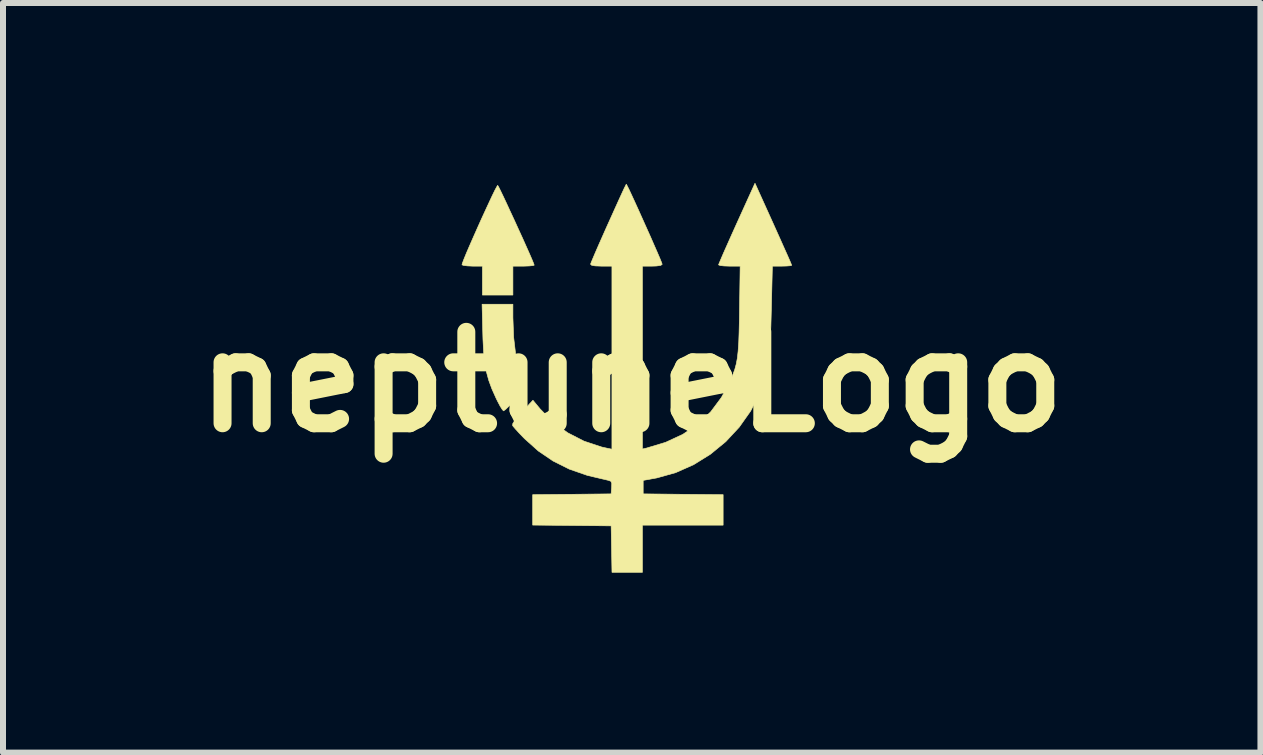
<source format=kicad_pcb>
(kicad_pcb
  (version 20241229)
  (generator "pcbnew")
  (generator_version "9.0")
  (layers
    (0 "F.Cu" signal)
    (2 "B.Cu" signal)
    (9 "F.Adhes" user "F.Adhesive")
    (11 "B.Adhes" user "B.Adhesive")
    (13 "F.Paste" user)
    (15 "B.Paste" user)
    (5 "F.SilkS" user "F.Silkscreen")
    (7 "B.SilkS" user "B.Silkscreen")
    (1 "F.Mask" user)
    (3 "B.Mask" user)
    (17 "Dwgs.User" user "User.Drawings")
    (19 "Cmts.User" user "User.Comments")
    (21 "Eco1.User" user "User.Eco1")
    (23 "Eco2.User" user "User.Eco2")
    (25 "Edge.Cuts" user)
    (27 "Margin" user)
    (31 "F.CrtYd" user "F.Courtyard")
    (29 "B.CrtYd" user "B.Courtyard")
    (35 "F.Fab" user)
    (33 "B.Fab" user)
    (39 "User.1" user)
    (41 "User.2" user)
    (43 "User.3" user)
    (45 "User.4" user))
  (footprint "neptuneLogo"
    (layer "F.Cu")
    (at 7.482 3.317)
    (property "Reference" "neptuneLogo" (at 0 0 0) (layer "F.SilkS") (effects (font (size 1.524 1.524) (thickness 0.3))))
    (attr through_hole)
    (fp_poly (pts (xy -1.981 -1.073) (xy -1.969 -0.748) (xy -1.935 -0.459) (xy -1.881 -0.211) (xy -1.856 -0.131) (xy -1.82 -0.024) (xy -1.801 0.047) (xy -1.797 0.093) (xy -1.806 0.127) (xy -1.814 0.141) (xy -1.854 0.194) (xy -1.913 0.262) (xy -1.979 0.335) (xy -2.045 0.403) (xy -2.099 0.455) (xy -2.133 0.481) (xy -2.137 0.483) (xy -2.158 0.461) (xy -2.194 0.404) (xy -2.238 0.32) (xy -2.261 0.273) (xy -2.331 0.117) (xy -2.384 -0.027) (xy -2.423 -0.17) (xy -2.451 -0.324) (xy -2.469 -0.5) (xy -2.48 -0.71) (xy -2.483 -0.819) (xy -2.495 -1.295) (xy -1.981 -1.295) (xy -1.981 -1.073)) (stroke (width 0.01) (type solid)) (fill yes) (layer "F.SilkS"))
    (fp_poly (pts (xy -2.221 -3.255) (xy -2.19 -3.193) (xy -2.145 -3.1) (xy -2.089 -2.981) (xy -2.026 -2.844) (xy -1.957 -2.696) (xy -1.888 -2.544) (xy -1.82 -2.396) (xy -1.758 -2.257) (xy -1.704 -2.136) (xy -1.662 -2.039) (xy -1.635 -1.973) (xy -1.626 -1.946) (xy -1.649 -1.939) (xy -1.71 -1.933) (xy -1.796 -1.93) (xy -1.803 -1.93) (xy -1.981 -1.93) (xy -1.981 -1.448) (xy -2.489 -1.448) (xy -2.489 -1.93) (xy -2.653 -1.93) (xy -2.739 -1.934) (xy -2.803 -1.942) (xy -2.83 -1.952) (xy -2.823 -1.979) (xy -2.798 -2.045) (xy -2.758 -2.143) (xy -2.706 -2.264) (xy -2.645 -2.403) (xy -2.579 -2.552) (xy -2.511 -2.704) (xy -2.443 -2.852) (xy -2.38 -2.988) (xy -2.325 -3.106) (xy -2.28 -3.198) (xy -2.248 -3.257) (xy -2.235 -3.277) (xy -2.221 -3.255)) (stroke (width 0.01) (type solid)) (fill yes) (layer "F.SilkS"))
    (fp_poly (pts (xy 2.129 -3.148) (xy 2.262 -2.854) (xy 2.375 -2.604) (xy 2.468 -2.397) (xy 2.542 -2.231) (xy 2.599 -2.104) (xy 2.638 -2.015) (xy 2.66 -1.962) (xy 2.667 -1.943) (xy 2.644 -1.937) (xy 2.583 -1.932) (xy 2.506 -1.93) (xy 2.345 -1.93) (xy 2.327 -1.188) (xy 2.32 -0.924) (xy 2.31 -0.703) (xy 2.298 -0.518) (xy 2.282 -0.362) (xy 2.262 -0.227) (xy 2.235 -0.106) (xy 2.201 0.008) (xy 2.159 0.123) (xy 2.131 0.192) (xy 1.983 0.485) (xy 1.793 0.754) (xy 1.568 0.996) (xy 1.312 1.206) (xy 1.032 1.38) (xy 0.732 1.513) (xy 0.418 1.601) (xy 0.368 1.61) (xy 0.191 1.642) (xy 0.191 1.867) (xy 0.857 1.874) (xy 1.524 1.88) (xy 1.524 2.388) (xy 0.178 2.388) (xy 0.178 3.175) (xy -0.329 3.175) (xy -0.336 2.788) (xy -0.343 2.4) (xy -1.651 2.387) (xy -1.651 1.88) (xy -0.997 1.874) (xy -0.343 1.867) (xy -0.335 1.76) (xy -0.333 1.692) (xy -0.346 1.658) (xy -0.382 1.643) (xy -0.399 1.639) (xy -0.739 1.559) (xy -1.041 1.454) (xy -1.311 1.319) (xy -1.557 1.152) (xy -1.785 0.948) (xy -1.802 0.931) (xy -1.877 0.853) (xy -1.938 0.786) (xy -1.978 0.739) (xy -1.986 0.727) (xy -1.983 0.695) (xy -1.949 0.64) (xy -1.881 0.558) (xy -1.827 0.499) (xy -1.647 0.306) (xy -1.526 0.452) (xy -1.314 0.668) (xy -1.068 0.848) (xy -0.795 0.988) (xy -0.5 1.086) (xy -0.413 1.105) (xy -0.33 1.122) (xy -0.33 -1.93) (xy -0.508 -1.93) (xy -0.61 -1.934) (xy -0.667 -1.944) (xy -0.686 -1.962) (xy -0.686 -1.963) (xy -0.676 -1.991) (xy -0.648 -2.058) (xy -0.606 -2.157) (xy -0.552 -2.281) (xy -0.49 -2.421) (xy -0.423 -2.572) (xy -0.354 -2.725) (xy -0.287 -2.874) (xy -0.225 -3.011) (xy -0.171 -3.129) (xy -0.129 -3.22) (xy -0.1 -3.278) (xy -0.091 -3.296) (xy -0.079 -3.276) (xy -0.049 -3.217) (xy -0.006 -3.125) (xy 0.048 -3.008) (xy 0.11 -2.872) (xy 0.176 -2.725) (xy 0.244 -2.573) (xy 0.311 -2.424) (xy 0.372 -2.284) (xy 0.426 -2.161) (xy 0.469 -2.061) (xy 0.497 -1.992) (xy 0.508 -1.96) (xy 0.508 -1.96) (xy 0.483 -1.942) (xy 0.41 -1.932) (xy 0.343 -1.93) (xy 0.178 -1.93) (xy 0.178 1.119) (xy 0.248 1.103) (xy 0.566 1.007) (xy 0.851 0.875) (xy 1.101 0.706) (xy 1.316 0.5) (xy 1.495 0.26) (xy 1.589 0.09) (xy 1.641 -0.019) (xy 1.683 -0.115) (xy 1.717 -0.204) (xy 1.742 -0.296) (xy 1.761 -0.396) (xy 1.774 -0.513) (xy 1.784 -0.654) (xy 1.79 -0.826) (xy 1.795 -1.037) (xy 1.797 -1.187) (xy 1.808 -1.93) (xy 1.628 -1.93) (xy 1.54 -1.933) (xy 1.476 -1.94) (xy 1.448 -1.951) (xy 1.448 -1.952) (xy 1.458 -1.979) (xy 1.487 -2.047) (xy 1.531 -2.15) (xy 1.589 -2.28) (xy 1.657 -2.433) (xy 1.733 -2.602) (xy 1.751 -2.642) (xy 2.055 -3.312) (xy 2.129 -3.148)) (stroke (width 0.01) (type solid)) (fill yes) (layer "F.SilkS")))
  (gr_rect
    (start -3 -3)
    (end 17.964 9.497)
    (stroke (width 0.1) (type default))
    (fill no)
    (layer "Edge.Cuts")))
</source>
